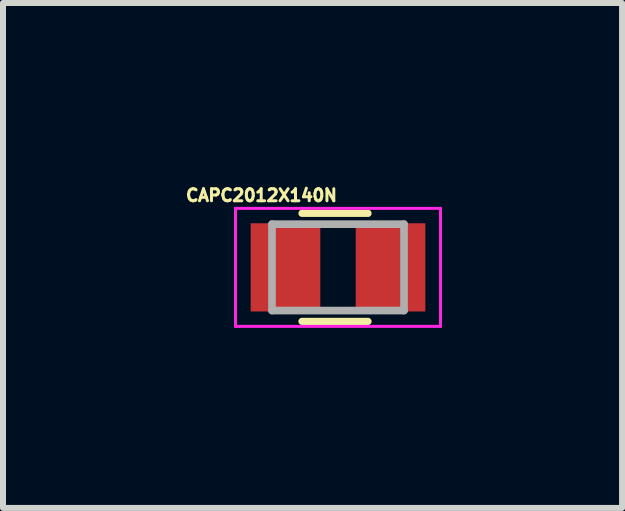
<source format=kicad_pcb>
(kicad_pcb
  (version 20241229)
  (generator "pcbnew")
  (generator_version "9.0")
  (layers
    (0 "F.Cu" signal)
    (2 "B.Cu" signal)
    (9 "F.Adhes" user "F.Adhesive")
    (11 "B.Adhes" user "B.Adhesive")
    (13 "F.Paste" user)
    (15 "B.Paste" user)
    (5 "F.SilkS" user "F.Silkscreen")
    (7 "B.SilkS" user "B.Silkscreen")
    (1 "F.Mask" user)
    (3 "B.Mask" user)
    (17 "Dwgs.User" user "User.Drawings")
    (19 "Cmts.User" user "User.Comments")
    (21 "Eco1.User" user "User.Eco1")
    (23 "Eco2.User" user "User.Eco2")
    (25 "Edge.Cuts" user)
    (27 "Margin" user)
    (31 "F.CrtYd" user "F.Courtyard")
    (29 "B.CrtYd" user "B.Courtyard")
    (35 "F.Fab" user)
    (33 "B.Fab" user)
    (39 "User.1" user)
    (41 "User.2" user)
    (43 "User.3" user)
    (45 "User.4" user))
  (footprint "CAPC2012X140N"
    (layer "F.Cu")
    (at 2.582 1.405)
    (property "Reference" "CAPC2012X140N" (at -1.275 -1.2 0) (layer "F.SilkS") (effects (font (size 0.2 0.2) (thickness 0.05))))
    (attr through_hole)
    (fp_line (start -0.6 -0.9) (end 0.5 -0.9) (stroke (width 0.12) (type solid)) (layer "F.SilkS"))
    (fp_line (start 0.5 0.9) (end -0.6 0.9) (stroke (width 0.12) (type solid)) (layer "F.SilkS"))
    (fp_line (start -1.708 -0.983) (end 1.708 -0.983) (stroke (width 0.05) (type solid)) (layer "F.CrtYd"))
    (fp_line (start -1.708 0.983) (end -1.708 -0.983) (stroke (width 0.05) (type solid)) (layer "F.CrtYd"))
    (fp_line (start -1.708 0.983) (end 1.708 0.983) (stroke (width 0.05) (type solid)) (layer "F.CrtYd"))
    (fp_line (start 1.708 0.983) (end 1.708 -0.983) (stroke (width 0.05) (type solid)) (layer "F.CrtYd"))
    (fp_line (start -1.1 0.72) (end -1.1 -0.72) (stroke (width 0.127) (type solid)) (layer "F.Fab"))
    (fp_line (start 1.1 -0.72) (end -1.1 -0.72) (stroke (width 0.127) (type solid)) (layer "F.Fab"))
    (fp_line (start 1.1 0.72) (end -1.1 0.72) (stroke (width 0.127) (type solid)) (layer "F.Fab"))
    (fp_line (start 1.1 0.72) (end 1.1 -0.72) (stroke (width 0.127) (type solid)) (layer "F.Fab"))
    (pad "1" smd rect (at -0.875 0) (size 1.16 1.47) (layers "F.Cu" "F.Mask" "F.Paste"))
    (pad "2" smd rect (at 0.875 0) (size 1.16 1.47) (layers "F.Cu" "F.Mask" "F.Paste")))
  (gr_rect
    (start -3 -3)
    (end 7.315 5.413)
    (stroke (width 0.1) (type default))
    (fill no)
    (layer "Edge.Cuts")))
</source>
